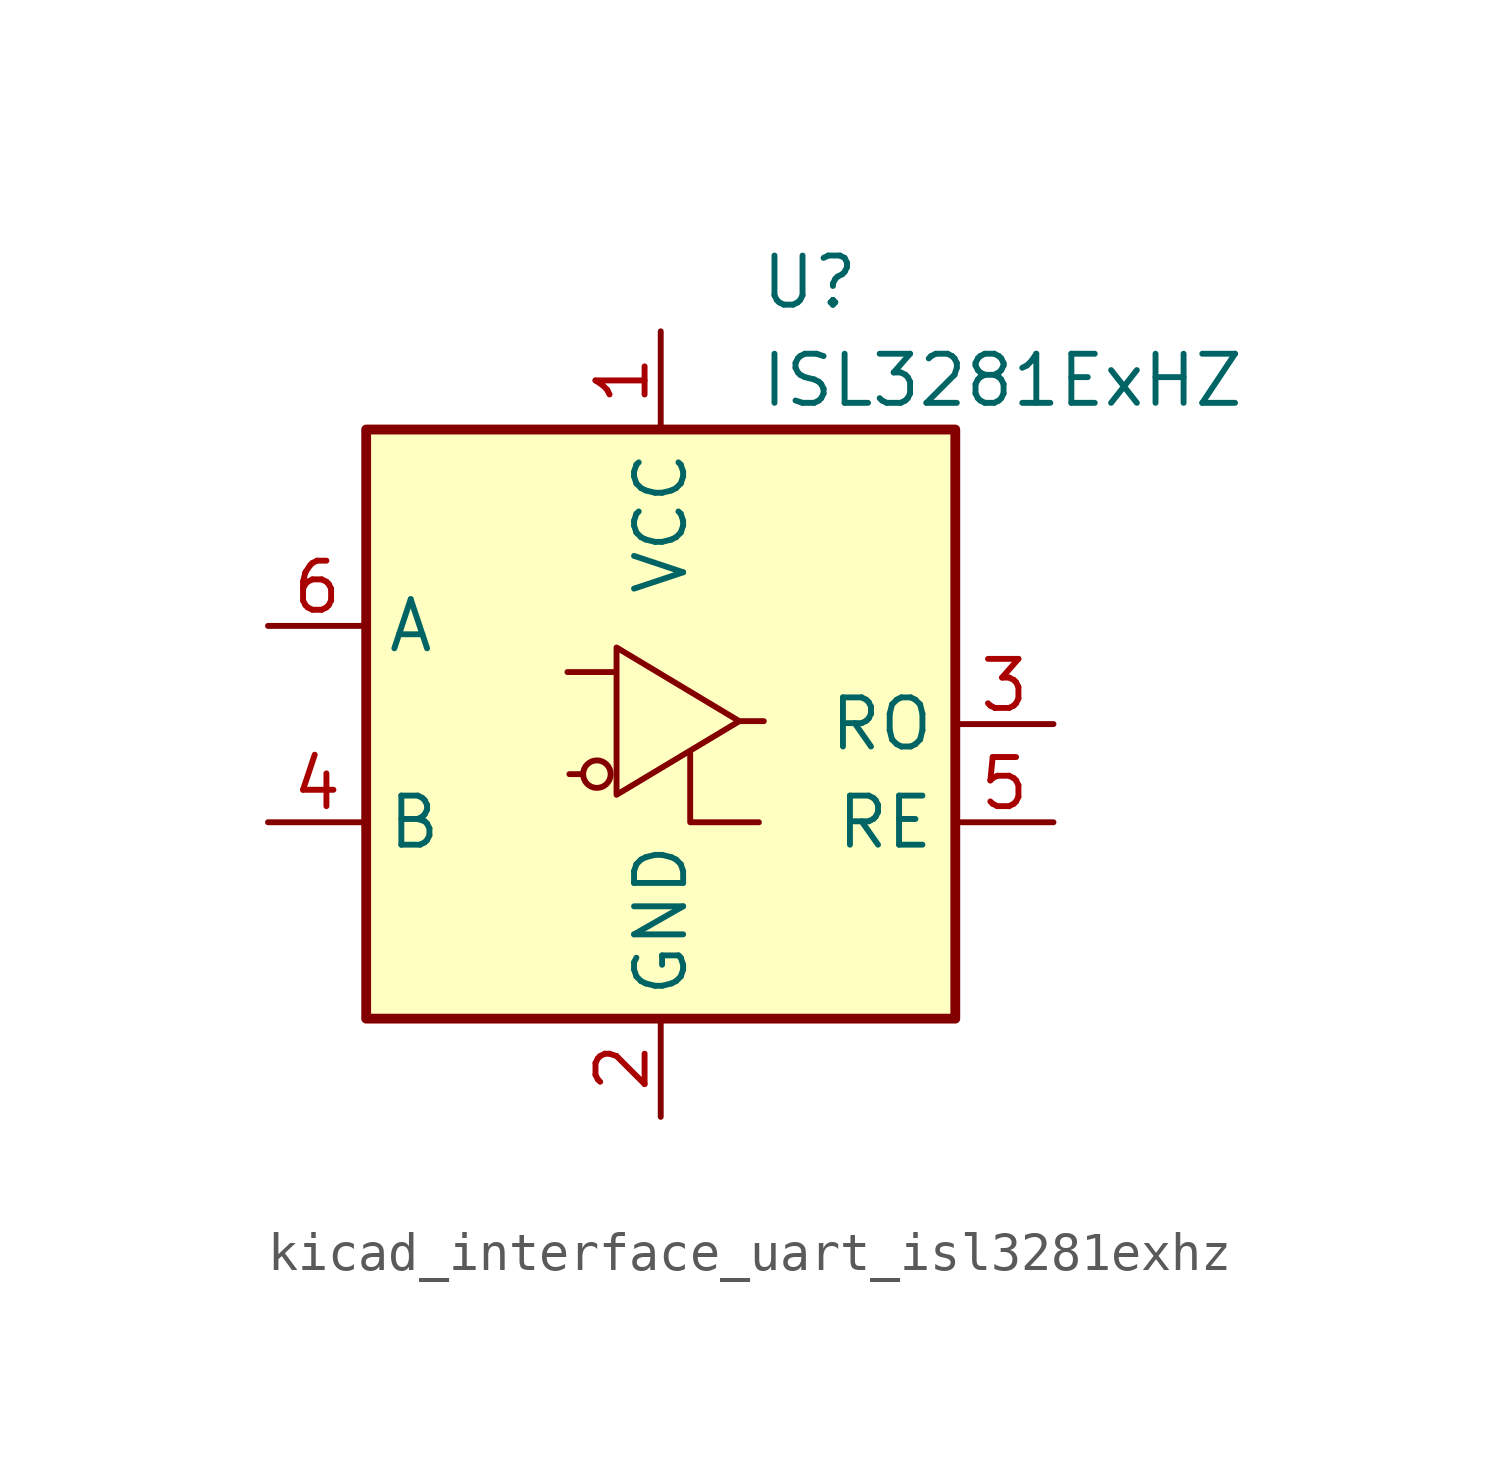
<source format=kicad_sym>
(kicad_symbol_lib
  (version 20220914)
  (generator kicad_symbol_editor)
  (symbol "kicad_interface_uart_isl3281exhz"
    (property "Reference" "U"
      (at 2.54 11.43 0)
      (effects (font (size 1.27 1.27)) (justify left)))
    (property "Value" "ISL3281ExHZ"
      (at 2.54 8.89 0)
      (effects (font (size 1.27 1.27)) (justify left)))
    (symbol "kicad_interface_uart_isl3281exhz_0_1"
      (polyline (pts (xy 0.762 -0.762) (xy 0.762 -2.54) (xy 2.54 -2.54)) (stroke (width 0) (type default)) (fill (type none)))
      (rectangle (start 7.62 7.62) (end -7.62 -7.62) (stroke (width 0.254) (type default)) (fill (type background))))
    (symbol "kicad_interface_uart_isl3281exhz_1_1"
      (circle (center -1.651 -1.295) (radius 0.356) (stroke (width 0) (type default)) (fill (type none)))
      (polyline (pts (xy -2.057 -1.295) (xy -2.362 -1.295)) (stroke (width 0) (type default)) (fill (type none)))
      (polyline (pts (xy 2.032 0.076) (xy 2.667 0.076)) (stroke (width 0) (type default)) (fill (type none)))
      (polyline (pts (xy -1.143 1.981) (xy -1.143 -1.829) (xy 2.032 0.076) (xy -1.143 1.981) (xy -1.143 1.346) (xy -2.413 1.346)) (stroke (width 0) (type default)) (fill (type none)))
      (pin power_in line (at 0 10.16 270) (length 2.54) (name "VCC" (effects (font (size 1.27 1.27)))) (number "1" (effects (font (size 1.27 1.27)))))
      (pin power_in line (at 0 -10.16 90) (length 2.54) (name "GND" (effects (font (size 1.27 1.27)))) (number "2" (effects (font (size 1.27 1.27)))))
      (pin output line (at 10.16 0 180) (length 2.54) (name "RO" (effects (font (size 1.27 1.27)))) (number "3" (effects (font (size 1.27 1.27)))))
      (pin input line (at -10.16 -2.54 0) (length 2.54) (name "B" (effects (font (size 1.27 1.27)))) (number "4" (effects (font (size 1.27 1.27)))))
      (pin input line (at 10.16 -2.54 180) (length 2.54) (name "RE" (effects (font (size 1.27 1.27)))) (number "5" (effects (font (size 1.27 1.27)))))
      (pin input line (at -10.16 2.54 0) (length 2.54) (name "A" (effects (font (size 1.27 1.27)))) (number "6" (effects (font (size 1.27 1.27))))))))
</source>
